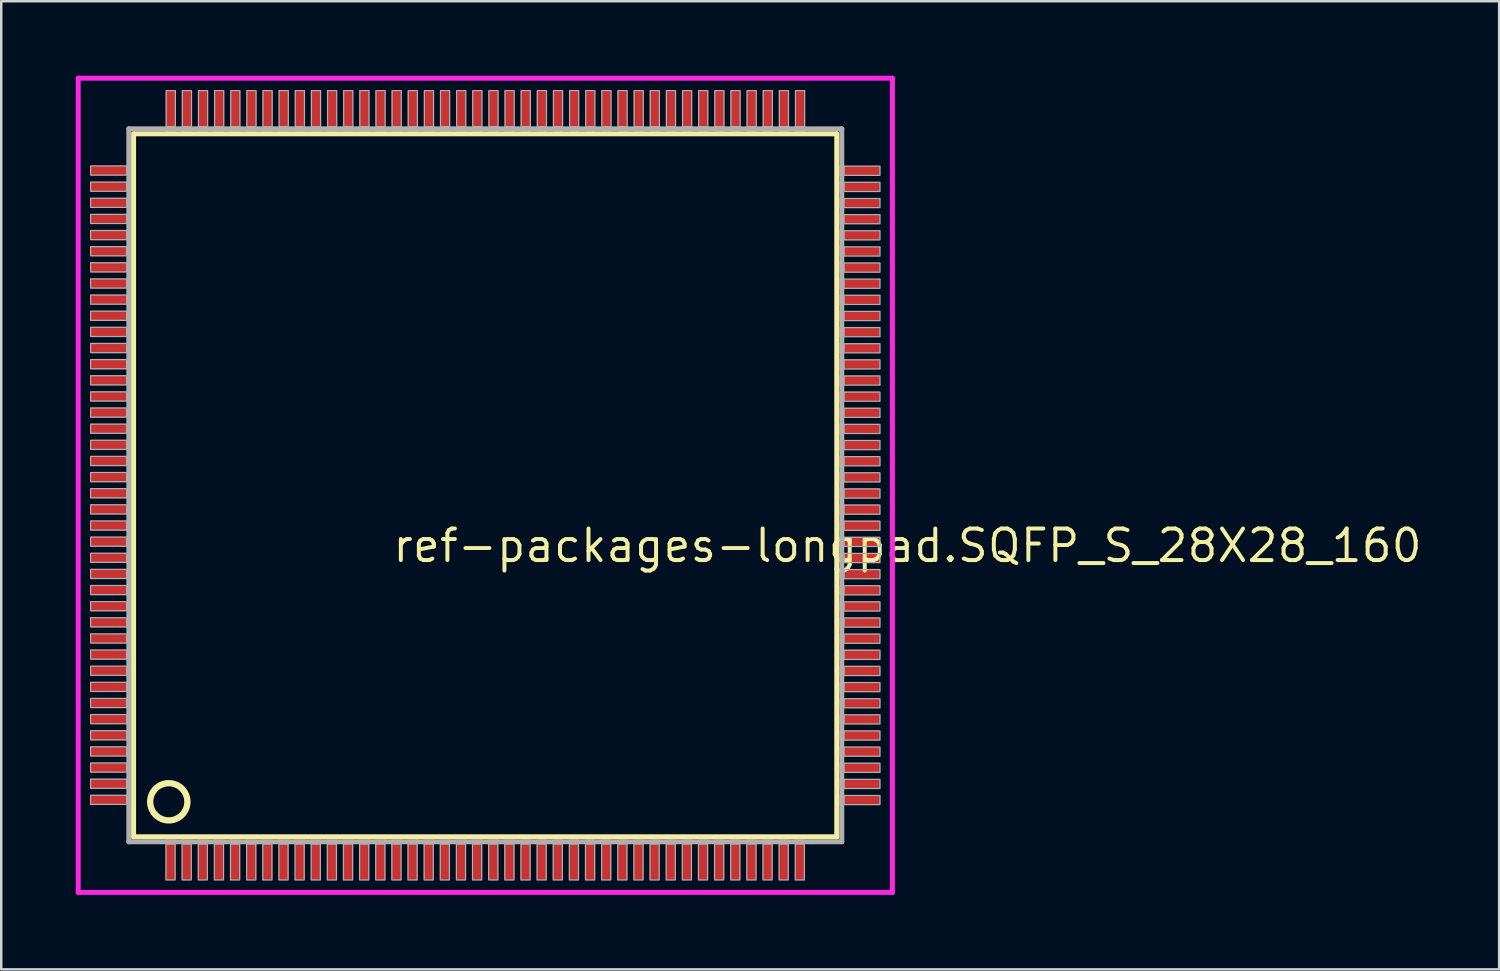
<source format=kicad_pcb>
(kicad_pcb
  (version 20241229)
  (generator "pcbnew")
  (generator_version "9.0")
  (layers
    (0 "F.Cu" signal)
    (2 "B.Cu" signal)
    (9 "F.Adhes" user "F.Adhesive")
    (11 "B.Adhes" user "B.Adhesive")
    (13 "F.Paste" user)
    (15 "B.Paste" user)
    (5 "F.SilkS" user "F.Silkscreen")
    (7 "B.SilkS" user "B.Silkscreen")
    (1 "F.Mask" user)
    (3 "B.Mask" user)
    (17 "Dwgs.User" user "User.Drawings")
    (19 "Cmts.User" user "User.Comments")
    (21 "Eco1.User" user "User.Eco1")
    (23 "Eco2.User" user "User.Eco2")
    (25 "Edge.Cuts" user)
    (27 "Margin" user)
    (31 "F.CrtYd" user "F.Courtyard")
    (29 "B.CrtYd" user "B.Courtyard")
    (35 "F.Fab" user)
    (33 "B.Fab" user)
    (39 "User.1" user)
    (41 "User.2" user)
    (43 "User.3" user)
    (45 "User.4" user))
  (footprint "ref-packages-longpad.SQFP_S_28X28_160"
    (layer "F.Cu")
    (at 16.5 16.5)
    (property "Reference" "ref-packages-longpad.SQFP_S_28X28_160" (at -3.81 3.175 0) (layer "F.SilkS") (effects (font (size 1.27 1.27) (thickness 0.16)) (justify left bottom)))
    (attr smd)
    (fp_line (start -14.17 -14.16) (end 14.16 -14.16) (stroke (width 0.203) (type default)) (layer "F.SilkS"))
    (fp_line (start -14.17 14.16) (end -14.17 -14.16) (stroke (width 0.203) (type default)) (layer "F.SilkS"))
    (fp_line (start 14.16 -14.16) (end 14.16 14.16) (stroke (width 0.203) (type default)) (layer "F.SilkS"))
    (fp_line (start 14.16 14.16) (end -14.17 14.16) (stroke (width 0.203) (type default)) (layer "F.SilkS"))
    (fp_circle (center -12.75 12.75) (end -12 12.75) (stroke (width 0.254) (type default)) (fill no) (layer "F.SilkS"))
    (fp_line (start -16.4 -16.4) (end 16.4 -16.4) (stroke (width 0.2) (type default)) (layer "F.CrtYd"))
    (fp_line (start -16.4 16.4) (end -16.4 -16.4) (stroke (width 0.2) (type default)) (layer "F.CrtYd"))
    (fp_line (start 16.4 -16.4) (end 16.4 16.4) (stroke (width 0.2) (type default)) (layer "F.CrtYd"))
    (fp_line (start 16.4 16.4) (end -16.4 16.4) (stroke (width 0.2) (type default)) (layer "F.CrtYd"))
    (fp_line (start -14.36 -14.36) (end -14.36 14.36) (stroke (width 0.203) (type default)) (layer "F.Fab"))
    (fp_line (start -14.36 14.36) (end 14.36 14.36) (stroke (width 0.203) (type default)) (layer "F.Fab"))
    (fp_line (start 14.36 -14.36) (end -14.36 -14.36) (stroke (width 0.203) (type default)) (layer "F.Fab"))
    (fp_line (start 14.36 14.36) (end 14.36 -14.36) (stroke (width 0.203) (type default)) (layer "F.Fab"))
    (fp_rect (start -15.9 -12.495) (end -14.45 -12.865) (stroke (width 0.05) (type default)) (fill no) (layer "F.Fab"))
    (fp_rect (start -15.9 -11.845) (end -14.45 -12.215) (stroke (width 0.05) (type default)) (fill no) (layer "F.Fab"))
    (fp_rect (start -15.9 -11.195) (end -14.45 -11.565) (stroke (width 0.05) (type default)) (fill no) (layer "F.Fab"))
    (fp_rect (start -15.9 -10.545) (end -14.45 -10.915) (stroke (width 0.05) (type default)) (fill no) (layer "F.Fab"))
    (fp_rect (start -15.9 -9.895) (end -14.45 -10.265) (stroke (width 0.05) (type default)) (fill no) (layer "F.Fab"))
    (fp_rect (start -15.9 -9.245) (end -14.45 -9.615) (stroke (width 0.05) (type default)) (fill no) (layer "F.Fab"))
    (fp_rect (start -15.9 -8.595) (end -14.45 -8.965) (stroke (width 0.05) (type default)) (fill no) (layer "F.Fab"))
    (fp_rect (start -15.9 -7.945) (end -14.45 -8.315) (stroke (width 0.05) (type default)) (fill no) (layer "F.Fab"))
    (fp_rect (start -15.9 -7.295) (end -14.45 -7.665) (stroke (width 0.05) (type default)) (fill no) (layer "F.Fab"))
    (fp_rect (start -15.9 -6.645) (end -14.45 -7.015) (stroke (width 0.05) (type default)) (fill no) (layer "F.Fab"))
    (fp_rect (start -15.9 -5.995) (end -14.45 -6.365) (stroke (width 0.05) (type default)) (fill no) (layer "F.Fab"))
    (fp_rect (start -15.9 -5.345) (end -14.45 -5.715) (stroke (width 0.05) (type default)) (fill no) (layer "F.Fab"))
    (fp_rect (start -15.9 -4.695) (end -14.45 -5.065) (stroke (width 0.05) (type default)) (fill no) (layer "F.Fab"))
    (fp_rect (start -15.9 -4.045) (end -14.45 -4.415) (stroke (width 0.05) (type default)) (fill no) (layer "F.Fab"))
    (fp_rect (start -15.9 -3.395) (end -14.45 -3.765) (stroke (width 0.05) (type default)) (fill no) (layer "F.Fab"))
    (fp_rect (start -15.9 -2.745) (end -14.45 -3.115) (stroke (width 0.05) (type default)) (fill no) (layer "F.Fab"))
    (fp_rect (start -15.9 -2.095) (end -14.45 -2.465) (stroke (width 0.05) (type default)) (fill no) (layer "F.Fab"))
    (fp_rect (start -15.9 -1.445) (end -14.45 -1.815) (stroke (width 0.05) (type default)) (fill no) (layer "F.Fab"))
    (fp_rect (start -15.9 -0.795) (end -14.45 -1.165) (stroke (width 0.05) (type default)) (fill no) (layer "F.Fab"))
    (fp_rect (start -15.9 -0.145) (end -14.45 -0.515) (stroke (width 0.05) (type default)) (fill no) (layer "F.Fab"))
    (fp_rect (start -15.9 0.505) (end -14.45 0.135) (stroke (width 0.05) (type default)) (fill no) (layer "F.Fab"))
    (fp_rect (start -15.9 1.155) (end -14.45 0.785) (stroke (width 0.05) (type default)) (fill no) (layer "F.Fab"))
    (fp_rect (start -15.9 1.805) (end -14.45 1.435) (stroke (width 0.05) (type default)) (fill no) (layer "F.Fab"))
    (fp_rect (start -15.9 2.455) (end -14.45 2.085) (stroke (width 0.05) (type default)) (fill no) (layer "F.Fab"))
    (fp_rect (start -15.9 3.105) (end -14.45 2.735) (stroke (width 0.05) (type default)) (fill no) (layer "F.Fab"))
    (fp_rect (start -15.9 3.755) (end -14.45 3.385) (stroke (width 0.05) (type default)) (fill no) (layer "F.Fab"))
    (fp_rect (start -15.9 4.405) (end -14.45 4.035) (stroke (width 0.05) (type default)) (fill no) (layer "F.Fab"))
    (fp_rect (start -15.9 5.055) (end -14.45 4.685) (stroke (width 0.05) (type default)) (fill no) (layer "F.Fab"))
    (fp_rect (start -15.9 5.705) (end -14.45 5.335) (stroke (width 0.05) (type default)) (fill no) (layer "F.Fab"))
    (fp_rect (start -15.9 6.355) (end -14.45 5.985) (stroke (width 0.05) (type default)) (fill no) (layer "F.Fab"))
    (fp_rect (start -15.9 7.005) (end -14.45 6.635) (stroke (width 0.05) (type default)) (fill no) (layer "F.Fab"))
    (fp_rect (start -15.9 7.655) (end -14.45 7.285) (stroke (width 0.05) (type default)) (fill no) (layer "F.Fab"))
    (fp_rect (start -15.9 8.305) (end -14.45 7.935) (stroke (width 0.05) (type default)) (fill no) (layer "F.Fab"))
    (fp_rect (start -15.9 8.955) (end -14.45 8.585) (stroke (width 0.05) (type default)) (fill no) (layer "F.Fab"))
    (fp_rect (start -15.9 9.605) (end -14.45 9.235) (stroke (width 0.05) (type default)) (fill no) (layer "F.Fab"))
    (fp_rect (start -15.9 10.255) (end -14.45 9.885) (stroke (width 0.05) (type default)) (fill no) (layer "F.Fab"))
    (fp_rect (start -15.9 10.905) (end -14.45 10.535) (stroke (width 0.05) (type default)) (fill no) (layer "F.Fab"))
    (fp_rect (start -15.9 11.555) (end -14.45 11.185) (stroke (width 0.05) (type default)) (fill no) (layer "F.Fab"))
    (fp_rect (start -15.9 12.205) (end -14.45 11.835) (stroke (width 0.05) (type default)) (fill no) (layer "F.Fab"))
    (fp_rect (start -15.9 12.855) (end -14.45 12.485) (stroke (width 0.05) (type default)) (fill no) (layer "F.Fab"))
    (fp_rect (start -12.865 15.9) (end -12.495 14.45) (stroke (width 0.05) (type default)) (fill no) (layer "F.Fab"))
    (fp_rect (start -12.855 -14.45) (end -12.485 -15.9) (stroke (width 0.05) (type default)) (fill no) (layer "F.Fab"))
    (fp_rect (start -12.215 15.9) (end -11.845 14.45) (stroke (width 0.05) (type default)) (fill no) (layer "F.Fab"))
    (fp_rect (start -12.205 -14.45) (end -11.835 -15.9) (stroke (width 0.05) (type default)) (fill no) (layer "F.Fab"))
    (fp_rect (start -11.565 15.9) (end -11.195 14.45) (stroke (width 0.05) (type default)) (fill no) (layer "F.Fab"))
    (fp_rect (start -11.555 -14.45) (end -11.185 -15.9) (stroke (width 0.05) (type default)) (fill no) (layer "F.Fab"))
    (fp_rect (start -10.915 15.9) (end -10.545 14.45) (stroke (width 0.05) (type default)) (fill no) (layer "F.Fab"))
    (fp_rect (start -10.905 -14.45) (end -10.535 -15.9) (stroke (width 0.05) (type default)) (fill no) (layer "F.Fab"))
    (fp_rect (start -10.265 15.9) (end -9.895 14.45) (stroke (width 0.05) (type default)) (fill no) (layer "F.Fab"))
    (fp_rect (start -10.255 -14.45) (end -9.885 -15.9) (stroke (width 0.05) (type default)) (fill no) (layer "F.Fab"))
    (fp_rect (start -9.615 15.9) (end -9.245 14.45) (stroke (width 0.05) (type default)) (fill no) (layer "F.Fab"))
    (fp_rect (start -9.605 -14.45) (end -9.235 -15.9) (stroke (width 0.05) (type default)) (fill no) (layer "F.Fab"))
    (fp_rect (start -8.965 15.9) (end -8.595 14.45) (stroke (width 0.05) (type default)) (fill no) (layer "F.Fab"))
    (fp_rect (start -8.955 -14.45) (end -8.585 -15.9) (stroke (width 0.05) (type default)) (fill no) (layer "F.Fab"))
    (fp_rect (start -8.315 15.9) (end -7.945 14.45) (stroke (width 0.05) (type default)) (fill no) (layer "F.Fab"))
    (fp_rect (start -8.305 -14.45) (end -7.935 -15.9) (stroke (width 0.05) (type default)) (fill no) (layer "F.Fab"))
    (fp_rect (start -7.665 15.9) (end -7.295 14.45) (stroke (width 0.05) (type default)) (fill no) (layer "F.Fab"))
    (fp_rect (start -7.655 -14.45) (end -7.285 -15.9) (stroke (width 0.05) (type default)) (fill no) (layer "F.Fab"))
    (fp_rect (start -7.015 15.9) (end -6.645 14.45) (stroke (width 0.05) (type default)) (fill no) (layer "F.Fab"))
    (fp_rect (start -7.005 -14.45) (end -6.635 -15.9) (stroke (width 0.05) (type default)) (fill no) (layer "F.Fab"))
    (fp_rect (start -6.365 15.9) (end -5.995 14.45) (stroke (width 0.05) (type default)) (fill no) (layer "F.Fab"))
    (fp_rect (start -6.355 -14.45) (end -5.985 -15.9) (stroke (width 0.05) (type default)) (fill no) (layer "F.Fab"))
    (fp_rect (start -5.715 15.9) (end -5.345 14.45) (stroke (width 0.05) (type default)) (fill no) (layer "F.Fab"))
    (fp_rect (start -5.705 -14.45) (end -5.335 -15.9) (stroke (width 0.05) (type default)) (fill no) (layer "F.Fab"))
    (fp_rect (start -5.065 15.9) (end -4.695 14.45) (stroke (width 0.05) (type default)) (fill no) (layer "F.Fab"))
    (fp_rect (start -5.055 -14.45) (end -4.685 -15.9) (stroke (width 0.05) (type default)) (fill no) (layer "F.Fab"))
    (fp_rect (start -4.415 15.9) (end -4.045 14.45) (stroke (width 0.05) (type default)) (fill no) (layer "F.Fab"))
    (fp_rect (start -4.405 -14.45) (end -4.035 -15.9) (stroke (width 0.05) (type default)) (fill no) (layer "F.Fab"))
    (fp_rect (start -3.765 15.9) (end -3.395 14.45) (stroke (width 0.05) (type default)) (fill no) (layer "F.Fab"))
    (fp_rect (start -3.755 -14.45) (end -3.385 -15.9) (stroke (width 0.05) (type default)) (fill no) (layer "F.Fab"))
    (fp_rect (start -3.115 15.9) (end -2.745 14.45) (stroke (width 0.05) (type default)) (fill no) (layer "F.Fab"))
    (fp_rect (start -3.105 -14.45) (end -2.735 -15.9) (stroke (width 0.05) (type default)) (fill no) (layer "F.Fab"))
    (fp_rect (start -2.465 15.9) (end -2.095 14.45) (stroke (width 0.05) (type default)) (fill no) (layer "F.Fab"))
    (fp_rect (start -2.455 -14.45) (end -2.085 -15.9) (stroke (width 0.05) (type default)) (fill no) (layer "F.Fab"))
    (fp_rect (start -1.815 15.9) (end -1.445 14.45) (stroke (width 0.05) (type default)) (fill no) (layer "F.Fab"))
    (fp_rect (start -1.805 -14.45) (end -1.435 -15.9) (stroke (width 0.05) (type default)) (fill no) (layer "F.Fab"))
    (fp_rect (start -1.165 15.9) (end -0.795 14.45) (stroke (width 0.05) (type default)) (fill no) (layer "F.Fab"))
    (fp_rect (start -1.155 -14.45) (end -0.785 -15.9) (stroke (width 0.05) (type default)) (fill no) (layer "F.Fab"))
    (fp_rect (start -0.515 15.9) (end -0.145 14.45) (stroke (width 0.05) (type default)) (fill no) (layer "F.Fab"))
    (fp_rect (start -0.505 -14.45) (end -0.135 -15.9) (stroke (width 0.05) (type default)) (fill no) (layer "F.Fab"))
    (fp_rect (start 0.135 15.9) (end 0.505 14.45) (stroke (width 0.05) (type default)) (fill no) (layer "F.Fab"))
    (fp_rect (start 0.145 -14.45) (end 0.515 -15.9) (stroke (width 0.05) (type default)) (fill no) (layer "F.Fab"))
    (fp_rect (start 0.785 15.9) (end 1.155 14.45) (stroke (width 0.05) (type default)) (fill no) (layer "F.Fab"))
    (fp_rect (start 0.795 -14.45) (end 1.165 -15.9) (stroke (width 0.05) (type default)) (fill no) (layer "F.Fab"))
    (fp_rect (start 1.435 15.9) (end 1.805 14.45) (stroke (width 0.05) (type default)) (fill no) (layer "F.Fab"))
    (fp_rect (start 1.445 -14.45) (end 1.815 -15.9) (stroke (width 0.05) (type default)) (fill no) (layer "F.Fab"))
    (fp_rect (start 2.085 15.9) (end 2.455 14.45) (stroke (width 0.05) (type default)) (fill no) (layer "F.Fab"))
    (fp_rect (start 2.095 -14.45) (end 2.465 -15.9) (stroke (width 0.05) (type default)) (fill no) (layer "F.Fab"))
    (fp_rect (start 2.735 15.9) (end 3.105 14.45) (stroke (width 0.05) (type default)) (fill no) (layer "F.Fab"))
    (fp_rect (start 2.745 -14.45) (end 3.115 -15.9) (stroke (width 0.05) (type default)) (fill no) (layer "F.Fab"))
    (fp_rect (start 3.385 15.9) (end 3.755 14.45) (stroke (width 0.05) (type default)) (fill no) (layer "F.Fab"))
    (fp_rect (start 3.395 -14.45) (end 3.765 -15.9) (stroke (width 0.05) (type default)) (fill no) (layer "F.Fab"))
    (fp_rect (start 4.035 15.9) (end 4.405 14.45) (stroke (width 0.05) (type default)) (fill no) (layer "F.Fab"))
    (fp_rect (start 4.045 -14.45) (end 4.415 -15.9) (stroke (width 0.05) (type default)) (fill no) (layer "F.Fab"))
    (fp_rect (start 4.685 15.9) (end 5.055 14.45) (stroke (width 0.05) (type default)) (fill no) (layer "F.Fab"))
    (fp_rect (start 4.695 -14.45) (end 5.065 -15.9) (stroke (width 0.05) (type default)) (fill no) (layer "F.Fab"))
    (fp_rect (start 5.335 15.9) (end 5.705 14.45) (stroke (width 0.05) (type default)) (fill no) (layer "F.Fab"))
    (fp_rect (start 5.345 -14.45) (end 5.715 -15.9) (stroke (width 0.05) (type default)) (fill no) (layer "F.Fab"))
    (fp_rect (start 5.985 15.9) (end 6.355 14.45) (stroke (width 0.05) (type default)) (fill no) (layer "F.Fab"))
    (fp_rect (start 5.995 -14.45) (end 6.365 -15.9) (stroke (width 0.05) (type default)) (fill no) (layer "F.Fab"))
    (fp_rect (start 6.635 15.9) (end 7.005 14.45) (stroke (width 0.05) (type default)) (fill no) (layer "F.Fab"))
    (fp_rect (start 6.645 -14.45) (end 7.015 -15.9) (stroke (width 0.05) (type default)) (fill no) (layer "F.Fab"))
    (fp_rect (start 7.285 15.9) (end 7.655 14.45) (stroke (width 0.05) (type default)) (fill no) (layer "F.Fab"))
    (fp_rect (start 7.295 -14.45) (end 7.665 -15.9) (stroke (width 0.05) (type default)) (fill no) (layer "F.Fab"))
    (fp_rect (start 7.935 15.9) (end 8.305 14.45) (stroke (width 0.05) (type default)) (fill no) (layer "F.Fab"))
    (fp_rect (start 7.945 -14.45) (end 8.315 -15.9) (stroke (width 0.05) (type default)) (fill no) (layer "F.Fab"))
    (fp_rect (start 8.585 15.9) (end 8.955 14.45) (stroke (width 0.05) (type default)) (fill no) (layer "F.Fab"))
    (fp_rect (start 8.595 -14.45) (end 8.965 -15.9) (stroke (width 0.05) (type default)) (fill no) (layer "F.Fab"))
    (fp_rect (start 9.235 15.9) (end 9.605 14.45) (stroke (width 0.05) (type default)) (fill no) (layer "F.Fab"))
    (fp_rect (start 9.245 -14.45) (end 9.615 -15.9) (stroke (width 0.05) (type default)) (fill no) (layer "F.Fab"))
    (fp_rect (start 9.885 15.9) (end 10.255 14.45) (stroke (width 0.05) (type default)) (fill no) (layer "F.Fab"))
    (fp_rect (start 9.895 -14.45) (end 10.265 -15.9) (stroke (width 0.05) (type default)) (fill no) (layer "F.Fab"))
    (fp_rect (start 10.535 15.9) (end 10.905 14.45) (stroke (width 0.05) (type default)) (fill no) (layer "F.Fab"))
    (fp_rect (start 10.545 -14.45) (end 10.915 -15.9) (stroke (width 0.05) (type default)) (fill no) (layer "F.Fab"))
    (fp_rect (start 11.185 15.9) (end 11.555 14.45) (stroke (width 0.05) (type default)) (fill no) (layer "F.Fab"))
    (fp_rect (start 11.195 -14.45) (end 11.565 -15.9) (stroke (width 0.05) (type default)) (fill no) (layer "F.Fab"))
    (fp_rect (start 11.835 15.9) (end 12.205 14.45) (stroke (width 0.05) (type default)) (fill no) (layer "F.Fab"))
    (fp_rect (start 11.845 -14.45) (end 12.215 -15.9) (stroke (width 0.05) (type default)) (fill no) (layer "F.Fab"))
    (fp_rect (start 12.485 15.9) (end 12.855 14.45) (stroke (width 0.05) (type default)) (fill no) (layer "F.Fab"))
    (fp_rect (start 12.495 -14.45) (end 12.865 -15.9) (stroke (width 0.05) (type default)) (fill no) (layer "F.Fab"))
    (fp_rect (start 14.45 -12.485) (end 15.9 -12.855) (stroke (width 0.05) (type default)) (fill no) (layer "F.Fab"))
    (fp_rect (start 14.45 -11.835) (end 15.9 -12.205) (stroke (width 0.05) (type default)) (fill no) (layer "F.Fab"))
    (fp_rect (start 14.45 -11.185) (end 15.9 -11.555) (stroke (width 0.05) (type default)) (fill no) (layer "F.Fab"))
    (fp_rect (start 14.45 -10.535) (end 15.9 -10.905) (stroke (width 0.05) (type default)) (fill no) (layer "F.Fab"))
    (fp_rect (start 14.45 -9.885) (end 15.9 -10.255) (stroke (width 0.05) (type default)) (fill no) (layer "F.Fab"))
    (fp_rect (start 14.45 -9.235) (end 15.9 -9.605) (stroke (width 0.05) (type default)) (fill no) (layer "F.Fab"))
    (fp_rect (start 14.45 -8.585) (end 15.9 -8.955) (stroke (width 0.05) (type default)) (fill no) (layer "F.Fab"))
    (fp_rect (start 14.45 -7.935) (end 15.9 -8.305) (stroke (width 0.05) (type default)) (fill no) (layer "F.Fab"))
    (fp_rect (start 14.45 -7.285) (end 15.9 -7.655) (stroke (width 0.05) (type default)) (fill no) (layer "F.Fab"))
    (fp_rect (start 14.45 -6.635) (end 15.9 -7.005) (stroke (width 0.05) (type default)) (fill no) (layer "F.Fab"))
    (fp_rect (start 14.45 -5.985) (end 15.9 -6.355) (stroke (width 0.05) (type default)) (fill no) (layer "F.Fab"))
    (fp_rect (start 14.45 -5.335) (end 15.9 -5.705) (stroke (width 0.05) (type default)) (fill no) (layer "F.Fab"))
    (fp_rect (start 14.45 -4.685) (end 15.9 -5.055) (stroke (width 0.05) (type default)) (fill no) (layer "F.Fab"))
    (fp_rect (start 14.45 -4.035) (end 15.9 -4.405) (stroke (width 0.05) (type default)) (fill no) (layer "F.Fab"))
    (fp_rect (start 14.45 -3.385) (end 15.9 -3.755) (stroke (width 0.05) (type default)) (fill no) (layer "F.Fab"))
    (fp_rect (start 14.45 -2.735) (end 15.9 -3.105) (stroke (width 0.05) (type default)) (fill no) (layer "F.Fab"))
    (fp_rect (start 14.45 -2.085) (end 15.9 -2.455) (stroke (width 0.05) (type default)) (fill no) (layer "F.Fab"))
    (fp_rect (start 14.45 -1.435) (end 15.9 -1.805) (stroke (width 0.05) (type default)) (fill no) (layer "F.Fab"))
    (fp_rect (start 14.45 -0.785) (end 15.9 -1.155) (stroke (width 0.05) (type default)) (fill no) (layer "F.Fab"))
    (fp_rect (start 14.45 -0.135) (end 15.9 -0.505) (stroke (width 0.05) (type default)) (fill no) (layer "F.Fab"))
    (fp_rect (start 14.45 0.515) (end 15.9 0.145) (stroke (width 0.05) (type default)) (fill no) (layer "F.Fab"))
    (fp_rect (start 14.45 1.165) (end 15.9 0.795) (stroke (width 0.05) (type default)) (fill no) (layer "F.Fab"))
    (fp_rect (start 14.45 1.815) (end 15.9 1.445) (stroke (width 0.05) (type default)) (fill no) (layer "F.Fab"))
    (fp_rect (start 14.45 2.465) (end 15.9 2.095) (stroke (width 0.05) (type default)) (fill no) (layer "F.Fab"))
    (fp_rect (start 14.45 3.115) (end 15.9 2.745) (stroke (width 0.05) (type default)) (fill no) (layer "F.Fab"))
    (fp_rect (start 14.45 3.765) (end 15.9 3.395) (stroke (width 0.05) (type default)) (fill no) (layer "F.Fab"))
    (fp_rect (start 14.45 4.415) (end 15.9 4.045) (stroke (width 0.05) (type default)) (fill no) (layer "F.Fab"))
    (fp_rect (start 14.45 5.065) (end 15.9 4.695) (stroke (width 0.05) (type default)) (fill no) (layer "F.Fab"))
    (fp_rect (start 14.45 5.715) (end 15.9 5.345) (stroke (width 0.05) (type default)) (fill no) (layer "F.Fab"))
    (fp_rect (start 14.45 6.365) (end 15.9 5.995) (stroke (width 0.05) (type default)) (fill no) (layer "F.Fab"))
    (fp_rect (start 14.45 7.015) (end 15.9 6.645) (stroke (width 0.05) (type default)) (fill no) (layer "F.Fab"))
    (fp_rect (start 14.45 7.665) (end 15.9 7.295) (stroke (width 0.05) (type default)) (fill no) (layer "F.Fab"))
    (fp_rect (start 14.45 8.315) (end 15.9 7.945) (stroke (width 0.05) (type default)) (fill no) (layer "F.Fab"))
    (fp_rect (start 14.45 8.965) (end 15.9 8.595) (stroke (width 0.05) (type default)) (fill no) (layer "F.Fab"))
    (fp_rect (start 14.45 9.615) (end 15.9 9.245) (stroke (width 0.05) (type default)) (fill no) (layer "F.Fab"))
    (fp_rect (start 14.45 10.265) (end 15.9 9.895) (stroke (width 0.05) (type default)) (fill no) (layer "F.Fab"))
    (fp_rect (start 14.45 10.915) (end 15.9 10.545) (stroke (width 0.05) (type default)) (fill no) (layer "F.Fab"))
    (fp_rect (start 14.45 11.565) (end 15.9 11.195) (stroke (width 0.05) (type default)) (fill no) (layer "F.Fab"))
    (fp_rect (start 14.45 12.215) (end 15.9 11.845) (stroke (width 0.05) (type default)) (fill no) (layer "F.Fab"))
    (fp_rect (start 14.45 12.865) (end 15.9 12.495) (stroke (width 0.05) (type default)) (fill no) (layer "F.Fab"))
    (pad "1" smd roundrect (at -12.675 15) (size 0.4 1.8) (layers "F.Cu" "F.Mask" "F.Paste") (roundrect_rratio 0.01))
    (pad "2" smd roundrect (at -12.025 15) (size 0.4 1.8) (layers "F.Cu" "F.Mask" "F.Paste") (roundrect_rratio 0.01))
    (pad "3" smd roundrect (at -11.375 15) (size 0.4 1.8) (layers "F.Cu" "F.Mask" "F.Paste") (roundrect_rratio 0.01))
    (pad "4" smd roundrect (at -10.725 15) (size 0.4 1.8) (layers "F.Cu" "F.Mask" "F.Paste") (roundrect_rratio 0.01))
    (pad "5" smd roundrect (at -10.075 15) (size 0.4 1.8) (layers "F.Cu" "F.Mask" "F.Paste") (roundrect_rratio 0.01))
    (pad "6" smd roundrect (at -9.425 15) (size 0.4 1.8) (layers "F.Cu" "F.Mask" "F.Paste") (roundrect_rratio 0.01))
    (pad "7" smd roundrect (at -8.775 15) (size 0.4 1.8) (layers "F.Cu" "F.Mask" "F.Paste") (roundrect_rratio 0.01))
    (pad "8" smd roundrect (at -8.125 15) (size 0.4 1.8) (layers "F.Cu" "F.Mask" "F.Paste") (roundrect_rratio 0.01))
    (pad "9" smd roundrect (at -7.475 15) (size 0.4 1.8) (layers "F.Cu" "F.Mask" "F.Paste") (roundrect_rratio 0.01))
    (pad "10" smd roundrect (at -6.825 15) (size 0.4 1.8) (layers "F.Cu" "F.Mask" "F.Paste") (roundrect_rratio 0.01))
    (pad "11" smd roundrect (at -6.175 15) (size 0.4 1.8) (layers "F.Cu" "F.Mask" "F.Paste") (roundrect_rratio 0.01))
    (pad "12" smd roundrect (at -5.525 15) (size 0.4 1.8) (layers "F.Cu" "F.Mask" "F.Paste") (roundrect_rratio 0.01))
    (pad "13" smd roundrect (at -4.875 15) (size 0.4 1.8) (layers "F.Cu" "F.Mask" "F.Paste") (roundrect_rratio 0.01))
    (pad "14" smd roundrect (at -4.225 15) (size 0.4 1.8) (layers "F.Cu" "F.Mask" "F.Paste") (roundrect_rratio 0.01))
    (pad "15" smd roundrect (at -3.575 15) (size 0.4 1.8) (layers "F.Cu" "F.Mask" "F.Paste") (roundrect_rratio 0.01))
    (pad "16" smd roundrect (at -2.925 15) (size 0.4 1.8) (layers "F.Cu" "F.Mask" "F.Paste") (roundrect_rratio 0.01))
    (pad "17" smd roundrect (at -2.275 15) (size 0.4 1.8) (layers "F.Cu" "F.Mask" "F.Paste") (roundrect_rratio 0.01))
    (pad "18" smd roundrect (at -1.625 15) (size 0.4 1.8) (layers "F.Cu" "F.Mask" "F.Paste") (roundrect_rratio 0.01))
    (pad "19" smd roundrect (at -0.975 15) (size 0.4 1.8) (layers "F.Cu" "F.Mask" "F.Paste") (roundrect_rratio 0.01))
    (pad "20" smd roundrect (at -0.325 15) (size 0.4 1.8) (layers "F.Cu" "F.Mask" "F.Paste") (roundrect_rratio 0.01))
    (pad "21" smd roundrect (at 0.325 15) (size 0.4 1.8) (layers "F.Cu" "F.Mask" "F.Paste") (roundrect_rratio 0.01))
    (pad "22" smd roundrect (at 0.975 15) (size 0.4 1.8) (layers "F.Cu" "F.Mask" "F.Paste") (roundrect_rratio 0.01))
    (pad "23" smd roundrect (at 1.625 15) (size 0.4 1.8) (layers "F.Cu" "F.Mask" "F.Paste") (roundrect_rratio 0.01))
    (pad "24" smd roundrect (at 2.275 15) (size 0.4 1.8) (layers "F.Cu" "F.Mask" "F.Paste") (roundrect_rratio 0.01))
    (pad "25" smd roundrect (at 2.925 15) (size 0.4 1.8) (layers "F.Cu" "F.Mask" "F.Paste") (roundrect_rratio 0.01))
    (pad "26" smd roundrect (at 3.575 15) (size 0.4 1.8) (layers "F.Cu" "F.Mask" "F.Paste") (roundrect_rratio 0.01))
    (pad "27" smd roundrect (at 4.225 15) (size 0.4 1.8) (layers "F.Cu" "F.Mask" "F.Paste") (roundrect_rratio 0.01))
    (pad "28" smd roundrect (at 4.875 15) (size 0.4 1.8) (layers "F.Cu" "F.Mask" "F.Paste") (roundrect_rratio 0.01))
    (pad "29" smd roundrect (at 5.525 15) (size 0.4 1.8) (layers "F.Cu" "F.Mask" "F.Paste") (roundrect_rratio 0.01))
    (pad "30" smd roundrect (at 6.175 15) (size 0.4 1.8) (layers "F.Cu" "F.Mask" "F.Paste") (roundrect_rratio 0.01))
    (pad "31" smd roundrect (at 6.825 15) (size 0.4 1.8) (layers "F.Cu" "F.Mask" "F.Paste") (roundrect_rratio 0.01))
    (pad "32" smd roundrect (at 7.475 15) (size 0.4 1.8) (layers "F.Cu" "F.Mask" "F.Paste") (roundrect_rratio 0.01))
    (pad "33" smd roundrect (at 8.125 15) (size 0.4 1.8) (layers "F.Cu" "F.Mask" "F.Paste") (roundrect_rratio 0.01))
    (pad "34" smd roundrect (at 8.775 15) (size 0.4 1.8) (layers "F.Cu" "F.Mask" "F.Paste") (roundrect_rratio 0.01))
    (pad "35" smd roundrect (at 9.425 15) (size 0.4 1.8) (layers "F.Cu" "F.Mask" "F.Paste") (roundrect_rratio 0.01))
    (pad "36" smd roundrect (at 10.075 15) (size 0.4 1.8) (layers "F.Cu" "F.Mask" "F.Paste") (roundrect_rratio 0.01))
    (pad "37" smd roundrect (at 10.725 15) (size 0.4 1.8) (layers "F.Cu" "F.Mask" "F.Paste") (roundrect_rratio 0.01))
    (pad "38" smd roundrect (at 11.375 15) (size 0.4 1.8) (layers "F.Cu" "F.Mask" "F.Paste") (roundrect_rratio 0.01))
    (pad "39" smd roundrect (at 12.025 15) (size 0.4 1.8) (layers "F.Cu" "F.Mask" "F.Paste") (roundrect_rratio 0.01))
    (pad "40" smd roundrect (at 12.675 15) (size 0.4 1.8) (layers "F.Cu" "F.Mask" "F.Paste") (roundrect_rratio 0.01))
    (pad "41" smd roundrect (at 15 12.675) (size 1.8 0.4) (layers "F.Cu" "F.Mask" "F.Paste") (roundrect_rratio 0.01))
    (pad "42" smd roundrect (at 15 12.025) (size 1.8 0.4) (layers "F.Cu" "F.Mask" "F.Paste") (roundrect_rratio 0.01))
    (pad "43" smd roundrect (at 15 11.375) (size 1.8 0.4) (layers "F.Cu" "F.Mask" "F.Paste") (roundrect_rratio 0.01))
    (pad "44" smd roundrect (at 15 10.725) (size 1.8 0.4) (layers "F.Cu" "F.Mask" "F.Paste") (roundrect_rratio 0.01))
    (pad "45" smd roundrect (at 15 10.075) (size 1.8 0.4) (layers "F.Cu" "F.Mask" "F.Paste") (roundrect_rratio 0.01))
    (pad "46" smd roundrect (at 15 9.425) (size 1.8 0.4) (layers "F.Cu" "F.Mask" "F.Paste") (roundrect_rratio 0.01))
    (pad "47" smd roundrect (at 15 8.775) (size 1.8 0.4) (layers "F.Cu" "F.Mask" "F.Paste") (roundrect_rratio 0.01))
    (pad "48" smd roundrect (at 15 8.125) (size 1.8 0.4) (layers "F.Cu" "F.Mask" "F.Paste") (roundrect_rratio 0.01))
    (pad "49" smd roundrect (at 15 7.475) (size 1.8 0.4) (layers "F.Cu" "F.Mask" "F.Paste") (roundrect_rratio 0.01))
    (pad "50" smd roundrect (at 15 6.825) (size 1.8 0.4) (layers "F.Cu" "F.Mask" "F.Paste") (roundrect_rratio 0.01))
    (pad "51" smd roundrect (at 15 6.175) (size 1.8 0.4) (layers "F.Cu" "F.Mask" "F.Paste") (roundrect_rratio 0.01))
    (pad "52" smd roundrect (at 15 5.525) (size 1.8 0.4) (layers "F.Cu" "F.Mask" "F.Paste") (roundrect_rratio 0.01))
    (pad "53" smd roundrect (at 15 4.875) (size 1.8 0.4) (layers "F.Cu" "F.Mask" "F.Paste") (roundrect_rratio 0.01))
    (pad "54" smd roundrect (at 15 4.225) (size 1.8 0.4) (layers "F.Cu" "F.Mask" "F.Paste") (roundrect_rratio 0.01))
    (pad "55" smd roundrect (at 15 3.575) (size 1.8 0.4) (layers "F.Cu" "F.Mask" "F.Paste") (roundrect_rratio 0.01))
    (pad "56" smd roundrect (at 15 2.925) (size 1.8 0.4) (layers "F.Cu" "F.Mask" "F.Paste") (roundrect_rratio 0.01))
    (pad "57" smd roundrect (at 15 2.275) (size 1.8 0.4) (layers "F.Cu" "F.Mask" "F.Paste") (roundrect_rratio 0.01))
    (pad "58" smd roundrect (at 15 1.625) (size 1.8 0.4) (layers "F.Cu" "F.Mask" "F.Paste") (roundrect_rratio 0.01))
    (pad "59" smd roundrect (at 15 0.975) (size 1.8 0.4) (layers "F.Cu" "F.Mask" "F.Paste") (roundrect_rratio 0.01))
    (pad "60" smd roundrect (at 15 0.325) (size 1.8 0.4) (layers "F.Cu" "F.Mask" "F.Paste") (roundrect_rratio 0.01))
    (pad "61" smd roundrect (at 15 -0.325) (size 1.8 0.4) (layers "F.Cu" "F.Mask" "F.Paste") (roundrect_rratio 0.01))
    (pad "62" smd roundrect (at 15 -0.975) (size 1.8 0.4) (layers "F.Cu" "F.Mask" "F.Paste") (roundrect_rratio 0.01))
    (pad "63" smd roundrect (at 15 -1.625) (size 1.8 0.4) (layers "F.Cu" "F.Mask" "F.Paste") (roundrect_rratio 0.01))
    (pad "64" smd roundrect (at 15 -2.275) (size 1.8 0.4) (layers "F.Cu" "F.Mask" "F.Paste") (roundrect_rratio 0.01))
    (pad "65" smd roundrect (at 15 -2.925) (size 1.8 0.4) (layers "F.Cu" "F.Mask" "F.Paste") (roundrect_rratio 0.01))
    (pad "66" smd roundrect (at 15 -3.575) (size 1.8 0.4) (layers "F.Cu" "F.Mask" "F.Paste") (roundrect_rratio 0.01))
    (pad "67" smd roundrect (at 15 -4.225) (size 1.8 0.4) (layers "F.Cu" "F.Mask" "F.Paste") (roundrect_rratio 0.01))
    (pad "68" smd roundrect (at 15 -4.875) (size 1.8 0.4) (layers "F.Cu" "F.Mask" "F.Paste") (roundrect_rratio 0.01))
    (pad "69" smd roundrect (at 15 -5.525) (size 1.8 0.4) (layers "F.Cu" "F.Mask" "F.Paste") (roundrect_rratio 0.01))
    (pad "70" smd roundrect (at 15 -6.175) (size 1.8 0.4) (layers "F.Cu" "F.Mask" "F.Paste") (roundrect_rratio 0.01))
    (pad "71" smd roundrect (at 15 -6.825) (size 1.8 0.4) (layers "F.Cu" "F.Mask" "F.Paste") (roundrect_rratio 0.01))
    (pad "72" smd roundrect (at 15 -7.475) (size 1.8 0.4) (layers "F.Cu" "F.Mask" "F.Paste") (roundrect_rratio 0.01))
    (pad "73" smd roundrect (at 15 -8.125) (size 1.8 0.4) (layers "F.Cu" "F.Mask" "F.Paste") (roundrect_rratio 0.01))
    (pad "74" smd roundrect (at 15 -8.775) (size 1.8 0.4) (layers "F.Cu" "F.Mask" "F.Paste") (roundrect_rratio 0.01))
    (pad "75" smd roundrect (at 15 -9.425) (size 1.8 0.4) (layers "F.Cu" "F.Mask" "F.Paste") (roundrect_rratio 0.01))
    (pad "76" smd roundrect (at 15 -10.075) (size 1.8 0.4) (layers "F.Cu" "F.Mask" "F.Paste") (roundrect_rratio 0.01))
    (pad "77" smd roundrect (at 15 -10.725) (size 1.8 0.4) (layers "F.Cu" "F.Mask" "F.Paste") (roundrect_rratio 0.01))
    (pad "78" smd roundrect (at 15 -11.375) (size 1.8 0.4) (layers "F.Cu" "F.Mask" "F.Paste") (roundrect_rratio 0.01))
    (pad "79" smd roundrect (at 15 -12.025) (size 1.8 0.4) (layers "F.Cu" "F.Mask" "F.Paste") (roundrect_rratio 0.01))
    (pad "80" smd roundrect (at 15 -12.675) (size 1.8 0.4) (layers "F.Cu" "F.Mask" "F.Paste") (roundrect_rratio 0.01))
    (pad "81" smd roundrect (at 12.675 -15) (size 0.4 1.8) (layers "F.Cu" "F.Mask" "F.Paste") (roundrect_rratio 0.01))
    (pad "82" smd roundrect (at 12.025 -15) (size 0.4 1.8) (layers "F.Cu" "F.Mask" "F.Paste") (roundrect_rratio 0.01))
    (pad "83" smd roundrect (at 11.375 -15) (size 0.4 1.8) (layers "F.Cu" "F.Mask" "F.Paste") (roundrect_rratio 0.01))
    (pad "84" smd roundrect (at 10.725 -15) (size 0.4 1.8) (layers "F.Cu" "F.Mask" "F.Paste") (roundrect_rratio 0.01))
    (pad "85" smd roundrect (at 10.075 -15) (size 0.4 1.8) (layers "F.Cu" "F.Mask" "F.Paste") (roundrect_rratio 0.01))
    (pad "86" smd roundrect (at 9.425 -15) (size 0.4 1.8) (layers "F.Cu" "F.Mask" "F.Paste") (roundrect_rratio 0.01))
    (pad "87" smd roundrect (at 8.775 -15) (size 0.4 1.8) (layers "F.Cu" "F.Mask" "F.Paste") (roundrect_rratio 0.01))
    (pad "88" smd roundrect (at 8.125 -15) (size 0.4 1.8) (layers "F.Cu" "F.Mask" "F.Paste") (roundrect_rratio 0.01))
    (pad "89" smd roundrect (at 7.475 -15) (size 0.4 1.8) (layers "F.Cu" "F.Mask" "F.Paste") (roundrect_rratio 0.01))
    (pad "90" smd roundrect (at 6.825 -15) (size 0.4 1.8) (layers "F.Cu" "F.Mask" "F.Paste") (roundrect_rratio 0.01))
    (pad "91" smd roundrect (at 6.175 -15) (size 0.4 1.8) (layers "F.Cu" "F.Mask" "F.Paste") (roundrect_rratio 0.01))
    (pad "92" smd roundrect (at 5.525 -15) (size 0.4 1.8) (layers "F.Cu" "F.Mask" "F.Paste") (roundrect_rratio 0.01))
    (pad "93" smd roundrect (at 4.875 -15) (size 0.4 1.8) (layers "F.Cu" "F.Mask" "F.Paste") (roundrect_rratio 0.01))
    (pad "94" smd roundrect (at 4.225 -15) (size 0.4 1.8) (layers "F.Cu" "F.Mask" "F.Paste") (roundrect_rratio 0.01))
    (pad "95" smd roundrect (at 3.575 -15) (size 0.4 1.8) (layers "F.Cu" "F.Mask" "F.Paste") (roundrect_rratio 0.01))
    (pad "96" smd roundrect (at 2.925 -15) (size 0.4 1.8) (layers "F.Cu" "F.Mask" "F.Paste") (roundrect_rratio 0.01))
    (pad "97" smd roundrect (at 2.275 -15) (size 0.4 1.8) (layers "F.Cu" "F.Mask" "F.Paste") (roundrect_rratio 0.01))
    (pad "98" smd roundrect (at 1.625 -15) (size 0.4 1.8) (layers "F.Cu" "F.Mask" "F.Paste") (roundrect_rratio 0.01))
    (pad "99" smd roundrect (at 0.975 -15) (size 0.4 1.8) (layers "F.Cu" "F.Mask" "F.Paste") (roundrect_rratio 0.01))
    (pad "100" smd roundrect (at 0.325 -15) (size 0.4 1.8) (layers "F.Cu" "F.Mask" "F.Paste") (roundrect_rratio 0.01))
    (pad "101" smd roundrect (at -0.325 -15) (size 0.4 1.8) (layers "F.Cu" "F.Mask" "F.Paste") (roundrect_rratio 0.01))
    (pad "102" smd roundrect (at -0.975 -15) (size 0.4 1.8) (layers "F.Cu" "F.Mask" "F.Paste") (roundrect_rratio 0.01))
    (pad "103" smd roundrect (at -1.625 -15) (size 0.4 1.8) (layers "F.Cu" "F.Mask" "F.Paste") (roundrect_rratio 0.01))
    (pad "104" smd roundrect (at -2.275 -15) (size 0.4 1.8) (layers "F.Cu" "F.Mask" "F.Paste") (roundrect_rratio 0.01))
    (pad "105" smd roundrect (at -2.925 -15) (size 0.4 1.8) (layers "F.Cu" "F.Mask" "F.Paste") (roundrect_rratio 0.01))
    (pad "106" smd roundrect (at -3.575 -15) (size 0.4 1.8) (layers "F.Cu" "F.Mask" "F.Paste") (roundrect_rratio 0.01))
    (pad "107" smd roundrect (at -4.225 -15) (size 0.4 1.8) (layers "F.Cu" "F.Mask" "F.Paste") (roundrect_rratio 0.01))
    (pad "108" smd roundrect (at -4.875 -15) (size 0.4 1.8) (layers "F.Cu" "F.Mask" "F.Paste") (roundrect_rratio 0.01))
    (pad "109" smd roundrect (at -5.525 -15) (size 0.4 1.8) (layers "F.Cu" "F.Mask" "F.Paste") (roundrect_rratio 0.01))
    (pad "110" smd roundrect (at -6.175 -15) (size 0.4 1.8) (layers "F.Cu" "F.Mask" "F.Paste") (roundrect_rratio 0.01))
    (pad "111" smd roundrect (at -6.825 -15) (size 0.4 1.8) (layers "F.Cu" "F.Mask" "F.Paste") (roundrect_rratio 0.01))
    (pad "112" smd roundrect (at -7.475 -15) (size 0.4 1.8) (layers "F.Cu" "F.Mask" "F.Paste") (roundrect_rratio 0.01))
    (pad "113" smd roundrect (at -8.125 -15) (size 0.4 1.8) (layers "F.Cu" "F.Mask" "F.Paste") (roundrect_rratio 0.01))
    (pad "114" smd roundrect (at -8.775 -15) (size 0.4 1.8) (layers "F.Cu" "F.Mask" "F.Paste") (roundrect_rratio 0.01))
    (pad "115" smd roundrect (at -9.425 -15) (size 0.4 1.8) (layers "F.Cu" "F.Mask" "F.Paste") (roundrect_rratio 0.01))
    (pad "116" smd roundrect (at -10.075 -15) (size 0.4 1.8) (layers "F.Cu" "F.Mask" "F.Paste") (roundrect_rratio 0.01))
    (pad "117" smd roundrect (at -10.725 -15) (size 0.4 1.8) (layers "F.Cu" "F.Mask" "F.Paste") (roundrect_rratio 0.01))
    (pad "118" smd roundrect (at -11.375 -15) (size 0.4 1.8) (layers "F.Cu" "F.Mask" "F.Paste") (roundrect_rratio 0.01))
    (pad "119" smd roundrect (at -12.025 -15) (size 0.4 1.8) (layers "F.Cu" "F.Mask" "F.Paste") (roundrect_rratio 0.01))
    (pad "120" smd roundrect (at -12.675 -15) (size 0.4 1.8) (layers "F.Cu" "F.Mask" "F.Paste") (roundrect_rratio 0.01))
    (pad "121" smd roundrect (at -15 -12.675) (size 1.8 0.4) (layers "F.Cu" "F.Mask" "F.Paste") (roundrect_rratio 0.01))
    (pad "122" smd roundrect (at -15 -12.025) (size 1.8 0.4) (layers "F.Cu" "F.Mask" "F.Paste") (roundrect_rratio 0.01))
    (pad "123" smd roundrect (at -15 -11.375) (size 1.8 0.4) (layers "F.Cu" "F.Mask" "F.Paste") (roundrect_rratio 0.01))
    (pad "124" smd roundrect (at -15 -10.725) (size 1.8 0.4) (layers "F.Cu" "F.Mask" "F.Paste") (roundrect_rratio 0.01))
    (pad "125" smd roundrect (at -15 -10.075) (size 1.8 0.4) (layers "F.Cu" "F.Mask" "F.Paste") (roundrect_rratio 0.01))
    (pad "126" smd roundrect (at -15 -9.425) (size 1.8 0.4) (layers "F.Cu" "F.Mask" "F.Paste") (roundrect_rratio 0.01))
    (pad "127" smd roundrect (at -15 -8.775) (size 1.8 0.4) (layers "F.Cu" "F.Mask" "F.Paste") (roundrect_rratio 0.01))
    (pad "128" smd roundrect (at -15 -8.125) (size 1.8 0.4) (layers "F.Cu" "F.Mask" "F.Paste") (roundrect_rratio 0.01))
    (pad "129" smd roundrect (at -15 -7.475) (size 1.8 0.4) (layers "F.Cu" "F.Mask" "F.Paste") (roundrect_rratio 0.01))
    (pad "130" smd roundrect (at -15 -6.825) (size 1.8 0.4) (layers "F.Cu" "F.Mask" "F.Paste") (roundrect_rratio 0.01))
    (pad "131" smd roundrect (at -15 -6.175) (size 1.8 0.4) (layers "F.Cu" "F.Mask" "F.Paste") (roundrect_rratio 0.01))
    (pad "132" smd roundrect (at -15 -5.525) (size 1.8 0.4) (layers "F.Cu" "F.Mask" "F.Paste") (roundrect_rratio 0.01))
    (pad "133" smd roundrect (at -15 -4.875) (size 1.8 0.4) (layers "F.Cu" "F.Mask" "F.Paste") (roundrect_rratio 0.01))
    (pad "134" smd roundrect (at -15 -4.225) (size 1.8 0.4) (layers "F.Cu" "F.Mask" "F.Paste") (roundrect_rratio 0.01))
    (pad "135" smd roundrect (at -15 -3.575) (size 1.8 0.4) (layers "F.Cu" "F.Mask" "F.Paste") (roundrect_rratio 0.01))
    (pad "136" smd roundrect (at -15 -2.925) (size 1.8 0.4) (layers "F.Cu" "F.Mask" "F.Paste") (roundrect_rratio 0.01))
    (pad "137" smd roundrect (at -15 -2.275) (size 1.8 0.4) (layers "F.Cu" "F.Mask" "F.Paste") (roundrect_rratio 0.01))
    (pad "138" smd roundrect (at -15 -1.625) (size 1.8 0.4) (layers "F.Cu" "F.Mask" "F.Paste") (roundrect_rratio 0.01))
    (pad "139" smd roundrect (at -15 -0.975) (size 1.8 0.4) (layers "F.Cu" "F.Mask" "F.Paste") (roundrect_rratio 0.01))
    (pad "140" smd roundrect (at -15 -0.325) (size 1.8 0.4) (layers "F.Cu" "F.Mask" "F.Paste") (roundrect_rratio 0.01))
    (pad "141" smd roundrect (at -15 0.325) (size 1.8 0.4) (layers "F.Cu" "F.Mask" "F.Paste") (roundrect_rratio 0.01))
    (pad "142" smd roundrect (at -15 0.975) (size 1.8 0.4) (layers "F.Cu" "F.Mask" "F.Paste") (roundrect_rratio 0.01))
    (pad "143" smd roundrect (at -15 1.625) (size 1.8 0.4) (layers "F.Cu" "F.Mask" "F.Paste") (roundrect_rratio 0.01))
    (pad "144" smd roundrect (at -15 2.275) (size 1.8 0.4) (layers "F.Cu" "F.Mask" "F.Paste") (roundrect_rratio 0.01))
    (pad "145" smd roundrect (at -15 2.925) (size 1.8 0.4) (layers "F.Cu" "F.Mask" "F.Paste") (roundrect_rratio 0.01))
    (pad "146" smd roundrect (at -15 3.575) (size 1.8 0.4) (layers "F.Cu" "F.Mask" "F.Paste") (roundrect_rratio 0.01))
    (pad "147" smd roundrect (at -15 4.225) (size 1.8 0.4) (layers "F.Cu" "F.Mask" "F.Paste") (roundrect_rratio 0.01))
    (pad "148" smd roundrect (at -15 4.875) (size 1.8 0.4) (layers "F.Cu" "F.Mask" "F.Paste") (roundrect_rratio 0.01))
    (pad "149" smd roundrect (at -15 5.525) (size 1.8 0.4) (layers "F.Cu" "F.Mask" "F.Paste") (roundrect_rratio 0.01))
    (pad "150" smd roundrect (at -15 6.175) (size 1.8 0.4) (layers "F.Cu" "F.Mask" "F.Paste") (roundrect_rratio 0.01))
    (pad "151" smd roundrect (at -15 6.825) (size 1.8 0.4) (layers "F.Cu" "F.Mask" "F.Paste") (roundrect_rratio 0.01))
    (pad "152" smd roundrect (at -15 7.475) (size 1.8 0.4) (layers "F.Cu" "F.Mask" "F.Paste") (roundrect_rratio 0.01))
    (pad "153" smd roundrect (at -15 8.125) (size 1.8 0.4) (layers "F.Cu" "F.Mask" "F.Paste") (roundrect_rratio 0.01))
    (pad "154" smd roundrect (at -15 8.775) (size 1.8 0.4) (layers "F.Cu" "F.Mask" "F.Paste") (roundrect_rratio 0.01))
    (pad "155" smd roundrect (at -15 9.425) (size 1.8 0.4) (layers "F.Cu" "F.Mask" "F.Paste") (roundrect_rratio 0.01))
    (pad "156" smd roundrect (at -15 10.075) (size 1.8 0.4) (layers "F.Cu" "F.Mask" "F.Paste") (roundrect_rratio 0.01))
    (pad "157" smd roundrect (at -15 10.725) (size 1.8 0.4) (layers "F.Cu" "F.Mask" "F.Paste") (roundrect_rratio 0.01))
    (pad "158" smd roundrect (at -15 11.375) (size 1.8 0.4) (layers "F.Cu" "F.Mask" "F.Paste") (roundrect_rratio 0.01))
    (pad "159" smd roundrect (at -15 12.025) (size 1.8 0.4) (layers "F.Cu" "F.Mask" "F.Paste") (roundrect_rratio 0.01))
    (pad "160" smd roundrect (at -15 12.675) (size 1.8 0.4) (layers "F.Cu" "F.Mask" "F.Paste") (roundrect_rratio 0.01)))
  (gr_rect
    (start -3 -3)
    (end 57.342 36)
    (stroke (width 0.1) (type default))
    (fill no)
    (layer "Edge.Cuts")))
</source>
